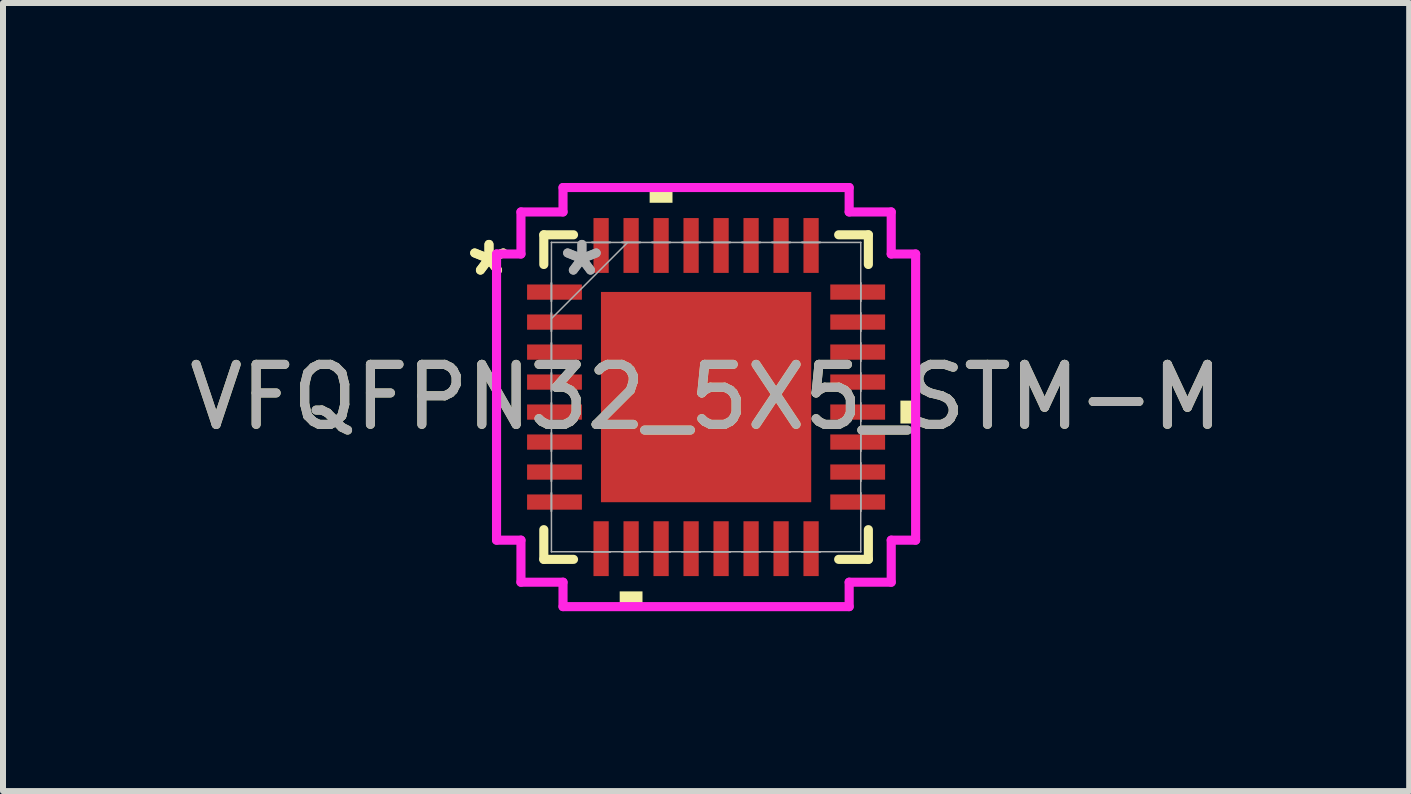
<source format=kicad_pcb>
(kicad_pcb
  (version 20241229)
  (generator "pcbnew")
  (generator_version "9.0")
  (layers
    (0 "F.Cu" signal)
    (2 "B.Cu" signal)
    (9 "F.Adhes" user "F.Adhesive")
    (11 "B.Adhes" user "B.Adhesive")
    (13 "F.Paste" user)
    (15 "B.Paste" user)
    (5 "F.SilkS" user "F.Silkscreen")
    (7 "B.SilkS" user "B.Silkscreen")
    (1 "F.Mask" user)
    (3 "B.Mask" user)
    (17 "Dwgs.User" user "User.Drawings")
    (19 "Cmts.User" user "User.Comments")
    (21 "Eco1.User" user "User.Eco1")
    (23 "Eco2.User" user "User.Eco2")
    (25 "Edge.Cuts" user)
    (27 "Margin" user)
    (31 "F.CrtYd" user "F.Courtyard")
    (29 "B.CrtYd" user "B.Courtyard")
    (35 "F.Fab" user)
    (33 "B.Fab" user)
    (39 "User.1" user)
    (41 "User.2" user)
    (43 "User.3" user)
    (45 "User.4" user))
  (footprint "VFQFPN32_5X5_STM-M"
    (layer "F.Cu")
    (at 8.72 3.569)
    (property "Reference" "VFQFPN32_5X5_STM-M" (at 0 0 0) (unlocked yes) (layer "F.SilkS") (effects (font (size 1 1) (thickness 0.15))))
    (attr smd)
    (fp_line (start -2.705 -2.705) (end -2.705 -2.21) (stroke (width 0.152) (type solid)) (layer "F.SilkS"))
    (fp_line (start -2.705 2.21) (end -2.705 2.705) (stroke (width 0.152) (type solid)) (layer "F.SilkS"))
    (fp_line (start -2.705 2.705) (end -2.21 2.705) (stroke (width 0.152) (type solid)) (layer "F.SilkS"))
    (fp_line (start -2.21 -2.705) (end -2.705 -2.705) (stroke (width 0.152) (type solid)) (layer "F.SilkS"))
    (fp_line (start 2.21 2.705) (end 2.705 2.705) (stroke (width 0.152) (type solid)) (layer "F.SilkS"))
    (fp_line (start 2.705 -2.705) (end 2.21 -2.705) (stroke (width 0.152) (type solid)) (layer "F.SilkS"))
    (fp_line (start 2.705 -2.21) (end 2.705 -2.705) (stroke (width 0.152) (type solid)) (layer "F.SilkS"))
    (fp_line (start 2.705 2.705) (end 2.705 2.21) (stroke (width 0.152) (type solid)) (layer "F.SilkS"))
    (fp_poly (pts (xy -1.44 3.239) (xy -1.44 3.493) (xy -1.06 3.493) (xy -1.06 3.239)) (stroke (width 0) (type solid)) (fill yes) (layer "F.SilkS"))
    (fp_poly (pts (xy -0.941 -3.239) (xy -0.941 -3.493) (xy -0.56 -3.493) (xy -0.56 -3.239)) (stroke (width 0) (type solid)) (fill yes) (layer "F.SilkS"))
    (fp_poly (pts (xy 3.493 0.059) (xy 3.493 0.441) (xy 3.239 0.441) (xy 3.239 0.059)) (stroke (width 0) (type solid)) (fill yes) (layer "F.SilkS"))
    (fp_poly (pts (xy -1.653 -1.653) (xy -1.653 -0.1) (xy -0.1 -0.1) (xy -0.1 -1.653)) (stroke (width 0) (type solid)) (fill yes) (layer "F.Paste"))
    (fp_poly (pts (xy -1.653 0.1) (xy -1.653 1.653) (xy -0.1 1.653) (xy -0.1 0.1)) (stroke (width 0) (type solid)) (fill yes) (layer "F.Paste"))
    (fp_poly (pts (xy 0.1 -1.653) (xy 0.1 -0.1) (xy 1.653 -0.1) (xy 1.653 -1.653)) (stroke (width 0) (type solid)) (fill yes) (layer "F.Paste"))
    (fp_poly (pts (xy 0.1 0.1) (xy 0.1 1.653) (xy 1.653 1.653) (xy 1.653 0.1)) (stroke (width 0) (type solid)) (fill yes) (layer "F.Paste"))
    (fp_line (start -3.493 -2.385) (end -3.086 -2.385) (stroke (width 0.152) (type solid)) (layer "F.CrtYd"))
    (fp_line (start -3.493 2.385) (end -3.493 -2.385) (stroke (width 0.152) (type solid)) (layer "F.CrtYd"))
    (fp_line (start -3.086 -3.086) (end -2.385 -3.086) (stroke (width 0.152) (type solid)) (layer "F.CrtYd"))
    (fp_line (start -3.086 -2.385) (end -3.086 -3.086) (stroke (width 0.152) (type solid)) (layer "F.CrtYd"))
    (fp_line (start -3.086 2.385) (end -3.493 2.385) (stroke (width 0.152) (type solid)) (layer "F.CrtYd"))
    (fp_line (start -3.086 3.086) (end -3.086 2.385) (stroke (width 0.152) (type solid)) (layer "F.CrtYd"))
    (fp_line (start -2.385 -3.493) (end 2.385 -3.493) (stroke (width 0.152) (type solid)) (layer "F.CrtYd"))
    (fp_line (start -2.385 -3.086) (end -2.385 -3.493) (stroke (width 0.152) (type solid)) (layer "F.CrtYd"))
    (fp_line (start -2.385 3.086) (end -3.086 3.086) (stroke (width 0.152) (type solid)) (layer "F.CrtYd"))
    (fp_line (start -2.385 3.493) (end -2.385 3.086) (stroke (width 0.152) (type solid)) (layer "F.CrtYd"))
    (fp_line (start 2.385 -3.493) (end 2.385 -3.086) (stroke (width 0.152) (type solid)) (layer "F.CrtYd"))
    (fp_line (start 2.385 -3.086) (end 3.086 -3.086) (stroke (width 0.152) (type solid)) (layer "F.CrtYd"))
    (fp_line (start 2.385 3.086) (end 2.385 3.493) (stroke (width 0.152) (type solid)) (layer "F.CrtYd"))
    (fp_line (start 2.385 3.493) (end -2.385 3.493) (stroke (width 0.152) (type solid)) (layer "F.CrtYd"))
    (fp_line (start 3.086 -3.086) (end 3.086 -2.385) (stroke (width 0.152) (type solid)) (layer "F.CrtYd"))
    (fp_line (start 3.086 -2.385) (end 3.493 -2.385) (stroke (width 0.152) (type solid)) (layer "F.CrtYd"))
    (fp_line (start 3.086 2.385) (end 3.086 3.086) (stroke (width 0.152) (type solid)) (layer "F.CrtYd"))
    (fp_line (start 3.086 3.086) (end 2.385 3.086) (stroke (width 0.152) (type solid)) (layer "F.CrtYd"))
    (fp_line (start 3.493 -2.385) (end 3.493 2.385) (stroke (width 0.152) (type solid)) (layer "F.CrtYd"))
    (fp_line (start 3.493 2.385) (end 3.086 2.385) (stroke (width 0.152) (type solid)) (layer "F.CrtYd"))
    (fp_line (start -2.578 -2.578) (end -2.578 -2.578) (stroke (width 0.025) (type solid)) (layer "F.Fab"))
    (fp_line (start -2.578 -2.578) (end -2.578 2.578) (stroke (width 0.025) (type solid)) (layer "F.Fab"))
    (fp_line (start -2.578 -1.902) (end -2.578 -1.902) (stroke (width 0.025) (type solid)) (layer "F.Fab"))
    (fp_line (start -2.578 -1.902) (end -2.578 -1.598) (stroke (width 0.025) (type solid)) (layer "F.Fab"))
    (fp_line (start -2.578 -1.598) (end -2.578 -1.902) (stroke (width 0.025) (type solid)) (layer "F.Fab"))
    (fp_line (start -2.578 -1.598) (end -2.578 -1.598) (stroke (width 0.025) (type solid)) (layer "F.Fab"))
    (fp_line (start -2.578 -1.402) (end -2.578 -1.402) (stroke (width 0.025) (type solid)) (layer "F.Fab"))
    (fp_line (start -2.578 -1.402) (end -2.578 -1.098) (stroke (width 0.025) (type solid)) (layer "F.Fab"))
    (fp_line (start -2.578 -1.308) (end -1.308 -2.578) (stroke (width 0.025) (type solid)) (layer "F.Fab"))
    (fp_line (start -2.578 -1.098) (end -2.578 -1.402) (stroke (width 0.025) (type solid)) (layer "F.Fab"))
    (fp_line (start -2.578 -1.098) (end -2.578 -1.098) (stroke (width 0.025) (type solid)) (layer "F.Fab"))
    (fp_line (start -2.578 -0.902) (end -2.578 -0.902) (stroke (width 0.025) (type solid)) (layer "F.Fab"))
    (fp_line (start -2.578 -0.902) (end -2.578 -0.598) (stroke (width 0.025) (type solid)) (layer "F.Fab"))
    (fp_line (start -2.578 -0.598) (end -2.578 -0.902) (stroke (width 0.025) (type solid)) (layer "F.Fab"))
    (fp_line (start -2.578 -0.598) (end -2.578 -0.598) (stroke (width 0.025) (type solid)) (layer "F.Fab"))
    (fp_line (start -2.578 -0.402) (end -2.578 -0.402) (stroke (width 0.025) (type solid)) (layer "F.Fab"))
    (fp_line (start -2.578 -0.402) (end -2.578 -0.098) (stroke (width 0.025) (type solid)) (layer "F.Fab"))
    (fp_line (start -2.578 -0.098) (end -2.578 -0.402) (stroke (width 0.025) (type solid)) (layer "F.Fab"))
    (fp_line (start -2.578 -0.098) (end -2.578 -0.098) (stroke (width 0.025) (type solid)) (layer "F.Fab"))
    (fp_line (start -2.578 0.098) (end -2.578 0.098) (stroke (width 0.025) (type solid)) (layer "F.Fab"))
    (fp_line (start -2.578 0.098) (end -2.578 0.402) (stroke (width 0.025) (type solid)) (layer "F.Fab"))
    (fp_line (start -2.578 0.402) (end -2.578 0.098) (stroke (width 0.025) (type solid)) (layer "F.Fab"))
    (fp_line (start -2.578 0.402) (end -2.578 0.402) (stroke (width 0.025) (type solid)) (layer "F.Fab"))
    (fp_line (start -2.578 0.598) (end -2.578 0.598) (stroke (width 0.025) (type solid)) (layer "F.Fab"))
    (fp_line (start -2.578 0.598) (end -2.578 0.902) (stroke (width 0.025) (type solid)) (layer "F.Fab"))
    (fp_line (start -2.578 0.902) (end -2.578 0.598) (stroke (width 0.025) (type solid)) (layer "F.Fab"))
    (fp_line (start -2.578 0.902) (end -2.578 0.902) (stroke (width 0.025) (type solid)) (layer "F.Fab"))
    (fp_line (start -2.578 1.098) (end -2.578 1.098) (stroke (width 0.025) (type solid)) (layer "F.Fab"))
    (fp_line (start -2.578 1.098) (end -2.578 1.402) (stroke (width 0.025) (type solid)) (layer "F.Fab"))
    (fp_line (start -2.578 1.402) (end -2.578 1.098) (stroke (width 0.025) (type solid)) (layer "F.Fab"))
    (fp_line (start -2.578 1.402) (end -2.578 1.402) (stroke (width 0.025) (type solid)) (layer "F.Fab"))
    (fp_line (start -2.578 1.598) (end -2.578 1.598) (stroke (width 0.025) (type solid)) (layer "F.Fab"))
    (fp_line (start -2.578 1.598) (end -2.578 1.902) (stroke (width 0.025) (type solid)) (layer "F.Fab"))
    (fp_line (start -2.578 1.902) (end -2.578 1.598) (stroke (width 0.025) (type solid)) (layer "F.Fab"))
    (fp_line (start -2.578 1.902) (end -2.578 1.902) (stroke (width 0.025) (type solid)) (layer "F.Fab"))
    (fp_line (start -2.578 2.578) (end -2.578 2.578) (stroke (width 0.025) (type solid)) (layer "F.Fab"))
    (fp_line (start -2.578 2.578) (end 2.578 2.578) (stroke (width 0.025) (type solid)) (layer "F.Fab"))
    (fp_line (start -1.902 -2.578) (end -1.902 -2.578) (stroke (width 0.025) (type solid)) (layer "F.Fab"))
    (fp_line (start -1.902 -2.578) (end -1.598 -2.578) (stroke (width 0.025) (type solid)) (layer "F.Fab"))
    (fp_line (start -1.902 2.578) (end -1.902 2.578) (stroke (width 0.025) (type solid)) (layer "F.Fab"))
    (fp_line (start -1.902 2.578) (end -1.598 2.578) (stroke (width 0.025) (type solid)) (layer "F.Fab"))
    (fp_line (start -1.598 -2.578) (end -1.902 -2.578) (stroke (width 0.025) (type solid)) (layer "F.Fab"))
    (fp_line (start -1.598 -2.578) (end -1.598 -2.578) (stroke (width 0.025) (type solid)) (layer "F.Fab"))
    (fp_line (start -1.598 2.578) (end -1.902 2.578) (stroke (width 0.025) (type solid)) (layer "F.Fab"))
    (fp_line (start -1.598 2.578) (end -1.598 2.578) (stroke (width 0.025) (type solid)) (layer "F.Fab"))
    (fp_line (start -1.402 -2.578) (end -1.402 -2.578) (stroke (width 0.025) (type solid)) (layer "F.Fab"))
    (fp_line (start -1.402 -2.578) (end -1.098 -2.578) (stroke (width 0.025) (type solid)) (layer "F.Fab"))
    (fp_line (start -1.402 2.578) (end -1.402 2.578) (stroke (width 0.025) (type solid)) (layer "F.Fab"))
    (fp_line (start -1.402 2.578) (end -1.098 2.578) (stroke (width 0.025) (type solid)) (layer "F.Fab"))
    (fp_line (start -1.098 -2.578) (end -1.402 -2.578) (stroke (width 0.025) (type solid)) (layer "F.Fab"))
    (fp_line (start -1.098 -2.578) (end -1.098 -2.578) (stroke (width 0.025) (type solid)) (layer "F.Fab"))
    (fp_line (start -1.098 2.578) (end -1.402 2.578) (stroke (width 0.025) (type solid)) (layer "F.Fab"))
    (fp_line (start -1.098 2.578) (end -1.098 2.578) (stroke (width 0.025) (type solid)) (layer "F.Fab"))
    (fp_line (start -0.902 -2.578) (end -0.902 -2.578) (stroke (width 0.025) (type solid)) (layer "F.Fab"))
    (fp_line (start -0.902 -2.578) (end -0.598 -2.578) (stroke (width 0.025) (type solid)) (layer "F.Fab"))
    (fp_line (start -0.902 2.578) (end -0.902 2.578) (stroke (width 0.025) (type solid)) (layer "F.Fab"))
    (fp_line (start -0.902 2.578) (end -0.598 2.578) (stroke (width 0.025) (type solid)) (layer "F.Fab"))
    (fp_line (start -0.598 -2.578) (end -0.902 -2.578) (stroke (width 0.025) (type solid)) (layer "F.Fab"))
    (fp_line (start -0.598 -2.578) (end -0.598 -2.578) (stroke (width 0.025) (type solid)) (layer "F.Fab"))
    (fp_line (start -0.598 2.578) (end -0.902 2.578) (stroke (width 0.025) (type solid)) (layer "F.Fab"))
    (fp_line (start -0.598 2.578) (end -0.598 2.578) (stroke (width 0.025) (type solid)) (layer "F.Fab"))
    (fp_line (start -0.402 -2.578) (end -0.402 -2.578) (stroke (width 0.025) (type solid)) (layer "F.Fab"))
    (fp_line (start -0.402 -2.578) (end -0.098 -2.578) (stroke (width 0.025) (type solid)) (layer "F.Fab"))
    (fp_line (start -0.402 2.578) (end -0.402 2.578) (stroke (width 0.025) (type solid)) (layer "F.Fab"))
    (fp_line (start -0.402 2.578) (end -0.098 2.578) (stroke (width 0.025) (type solid)) (layer "F.Fab"))
    (fp_line (start -0.098 -2.578) (end -0.402 -2.578) (stroke (width 0.025) (type solid)) (layer "F.Fab"))
    (fp_line (start -0.098 -2.578) (end -0.098 -2.578) (stroke (width 0.025) (type solid)) (layer "F.Fab"))
    (fp_line (start -0.098 2.578) (end -0.402 2.578) (stroke (width 0.025) (type solid)) (layer "F.Fab"))
    (fp_line (start -0.098 2.578) (end -0.098 2.578) (stroke (width 0.025) (type solid)) (layer "F.Fab"))
    (fp_line (start 0.098 -2.578) (end 0.098 -2.578) (stroke (width 0.025) (type solid)) (layer "F.Fab"))
    (fp_line (start 0.098 -2.578) (end 0.402 -2.578) (stroke (width 0.025) (type solid)) (layer "F.Fab"))
    (fp_line (start 0.098 2.578) (end 0.098 2.578) (stroke (width 0.025) (type solid)) (layer "F.Fab"))
    (fp_line (start 0.098 2.578) (end 0.402 2.578) (stroke (width 0.025) (type solid)) (layer "F.Fab"))
    (fp_line (start 0.402 -2.578) (end 0.098 -2.578) (stroke (width 0.025) (type solid)) (layer "F.Fab"))
    (fp_line (start 0.402 -2.578) (end 0.402 -2.578) (stroke (width 0.025) (type solid)) (layer "F.Fab"))
    (fp_line (start 0.402 2.578) (end 0.098 2.578) (stroke (width 0.025) (type solid)) (layer "F.Fab"))
    (fp_line (start 0.402 2.578) (end 0.402 2.578) (stroke (width 0.025) (type solid)) (layer "F.Fab"))
    (fp_line (start 0.598 -2.578) (end 0.598 -2.578) (stroke (width 0.025) (type solid)) (layer "F.Fab"))
    (fp_line (start 0.598 -2.578) (end 0.902 -2.578) (stroke (width 0.025) (type solid)) (layer "F.Fab"))
    (fp_line (start 0.598 2.578) (end 0.598 2.578) (stroke (width 0.025) (type solid)) (layer "F.Fab"))
    (fp_line (start 0.598 2.578) (end 0.902 2.578) (stroke (width 0.025) (type solid)) (layer "F.Fab"))
    (fp_line (start 0.902 -2.578) (end 0.598 -2.578) (stroke (width 0.025) (type solid)) (layer "F.Fab"))
    (fp_line (start 0.902 -2.578) (end 0.902 -2.578) (stroke (width 0.025) (type solid)) (layer "F.Fab"))
    (fp_line (start 0.902 2.578) (end 0.598 2.578) (stroke (width 0.025) (type solid)) (layer "F.Fab"))
    (fp_line (start 0.902 2.578) (end 0.902 2.578) (stroke (width 0.025) (type solid)) (layer "F.Fab"))
    (fp_line (start 1.098 -2.578) (end 1.098 -2.578) (stroke (width 0.025) (type solid)) (layer "F.Fab"))
    (fp_line (start 1.098 -2.578) (end 1.402 -2.578) (stroke (width 0.025) (type solid)) (layer "F.Fab"))
    (fp_line (start 1.098 2.578) (end 1.098 2.578) (stroke (width 0.025) (type solid)) (layer "F.Fab"))
    (fp_line (start 1.098 2.578) (end 1.402 2.578) (stroke (width 0.025) (type solid)) (layer "F.Fab"))
    (fp_line (start 1.402 -2.578) (end 1.098 -2.578) (stroke (width 0.025) (type solid)) (layer "F.Fab"))
    (fp_line (start 1.402 -2.578) (end 1.402 -2.578) (stroke (width 0.025) (type solid)) (layer "F.Fab"))
    (fp_line (start 1.402 2.578) (end 1.098 2.578) (stroke (width 0.025) (type solid)) (layer "F.Fab"))
    (fp_line (start 1.402 2.578) (end 1.402 2.578) (stroke (width 0.025) (type solid)) (layer "F.Fab"))
    (fp_line (start 1.598 -2.578) (end 1.598 -2.578) (stroke (width 0.025) (type solid)) (layer "F.Fab"))
    (fp_line (start 1.598 -2.578) (end 1.902 -2.578) (stroke (width 0.025) (type solid)) (layer "F.Fab"))
    (fp_line (start 1.598 2.578) (end 1.598 2.578) (stroke (width 0.025) (type solid)) (layer "F.Fab"))
    (fp_line (start 1.598 2.578) (end 1.902 2.578) (stroke (width 0.025) (type solid)) (layer "F.Fab"))
    (fp_line (start 1.902 -2.578) (end 1.598 -2.578) (stroke (width 0.025) (type solid)) (layer "F.Fab"))
    (fp_line (start 1.902 -2.578) (end 1.902 -2.578) (stroke (width 0.025) (type solid)) (layer "F.Fab"))
    (fp_line (start 1.902 2.578) (end 1.598 2.578) (stroke (width 0.025) (type solid)) (layer "F.Fab"))
    (fp_line (start 1.902 2.578) (end 1.902 2.578) (stroke (width 0.025) (type solid)) (layer "F.Fab"))
    (fp_line (start 2.578 -2.578) (end -2.578 -2.578) (stroke (width 0.025) (type solid)) (layer "F.Fab"))
    (fp_line (start 2.578 -2.578) (end 2.578 -2.578) (stroke (width 0.025) (type solid)) (layer "F.Fab"))
    (fp_line (start 2.578 -1.902) (end 2.578 -1.902) (stroke (width 0.025) (type solid)) (layer "F.Fab"))
    (fp_line (start 2.578 -1.902) (end 2.578 -1.598) (stroke (width 0.025) (type solid)) (layer "F.Fab"))
    (fp_line (start 2.578 -1.598) (end 2.578 -1.902) (stroke (width 0.025) (type solid)) (layer "F.Fab"))
    (fp_line (start 2.578 -1.598) (end 2.578 -1.598) (stroke (width 0.025) (type solid)) (layer "F.Fab"))
    (fp_line (start 2.578 -1.402) (end 2.578 -1.402) (stroke (width 0.025) (type solid)) (layer "F.Fab"))
    (fp_line (start 2.578 -1.402) (end 2.578 -1.098) (stroke (width 0.025) (type solid)) (layer "F.Fab"))
    (fp_line (start 2.578 -1.098) (end 2.578 -1.402) (stroke (width 0.025) (type solid)) (layer "F.Fab"))
    (fp_line (start 2.578 -1.098) (end 2.578 -1.098) (stroke (width 0.025) (type solid)) (layer "F.Fab"))
    (fp_line (start 2.578 -0.902) (end 2.578 -0.902) (stroke (width 0.025) (type solid)) (layer "F.Fab"))
    (fp_line (start 2.578 -0.902) (end 2.578 -0.598) (stroke (width 0.025) (type solid)) (layer "F.Fab"))
    (fp_line (start 2.578 -0.598) (end 2.578 -0.902) (stroke (width 0.025) (type solid)) (layer "F.Fab"))
    (fp_line (start 2.578 -0.598) (end 2.578 -0.598) (stroke (width 0.025) (type solid)) (layer "F.Fab"))
    (fp_line (start 2.578 -0.402) (end 2.578 -0.402) (stroke (width 0.025) (type solid)) (layer "F.Fab"))
    (fp_line (start 2.578 -0.402) (end 2.578 -0.098) (stroke (width 0.025) (type solid)) (layer "F.Fab"))
    (fp_line (start 2.578 -0.098) (end 2.578 -0.402) (stroke (width 0.025) (type solid)) (layer "F.Fab"))
    (fp_line (start 2.578 -0.098) (end 2.578 -0.098) (stroke (width 0.025) (type solid)) (layer "F.Fab"))
    (fp_line (start 2.578 0.098) (end 2.578 0.098) (stroke (width 0.025) (type solid)) (layer "F.Fab"))
    (fp_line (start 2.578 0.098) (end 2.578 0.402) (stroke (width 0.025) (type solid)) (layer "F.Fab"))
    (fp_line (start 2.578 0.402) (end 2.578 0.098) (stroke (width 0.025) (type solid)) (layer "F.Fab"))
    (fp_line (start 2.578 0.402) (end 2.578 0.402) (stroke (width 0.025) (type solid)) (layer "F.Fab"))
    (fp_line (start 2.578 0.598) (end 2.578 0.598) (stroke (width 0.025) (type solid)) (layer "F.Fab"))
    (fp_line (start 2.578 0.598) (end 2.578 0.902) (stroke (width 0.025) (type solid)) (layer "F.Fab"))
    (fp_line (start 2.578 0.902) (end 2.578 0.598) (stroke (width 0.025) (type solid)) (layer "F.Fab"))
    (fp_line (start 2.578 0.902) (end 2.578 0.902) (stroke (width 0.025) (type solid)) (layer "F.Fab"))
    (fp_line (start 2.578 1.098) (end 2.578 1.098) (stroke (width 0.025) (type solid)) (layer "F.Fab"))
    (fp_line (start 2.578 1.098) (end 2.578 1.402) (stroke (width 0.025) (type solid)) (layer "F.Fab"))
    (fp_line (start 2.578 1.402) (end 2.578 1.098) (stroke (width 0.025) (type solid)) (layer "F.Fab"))
    (fp_line (start 2.578 1.402) (end 2.578 1.402) (stroke (width 0.025) (type solid)) (layer "F.Fab"))
    (fp_line (start 2.578 1.598) (end 2.578 1.598) (stroke (width 0.025) (type solid)) (layer "F.Fab"))
    (fp_line (start 2.578 1.598) (end 2.578 1.902) (stroke (width 0.025) (type solid)) (layer "F.Fab"))
    (fp_line (start 2.578 1.902) (end 2.578 1.598) (stroke (width 0.025) (type solid)) (layer "F.Fab"))
    (fp_line (start 2.578 1.902) (end 2.578 1.902) (stroke (width 0.025) (type solid)) (layer "F.Fab"))
    (fp_line (start 2.578 2.578) (end 2.578 -2.578) (stroke (width 0.025) (type solid)) (layer "F.Fab"))
    (fp_line (start 2.578 2.578) (end 2.578 2.578) (stroke (width 0.025) (type solid)) (layer "F.Fab"))
    (fp_text user "*" (at -3.619 -2 0) (unlocked yes) (layer "F.SilkS") (effects (font (size 1 1) (thickness 0.15))))
    (fp_text user "*" (at -3.619 -2 0) (layer "F.SilkS") (effects (font (size 1 1) (thickness 0.15))))
    (fp_text user "*" (at -2.07 -2 0) (layer "F.Fab") (effects (font (size 1 1) (thickness 0.15))))
    (fp_text user "${REFERENCE}" (at 0 0 0) (unlocked yes) (layer "F.Fab") (effects (font (size 1 1) (thickness 0.15))))
    (fp_text user "*" (at -2.07 -2 0) (unlocked yes) (layer "F.Fab") (effects (font (size 1 1) (thickness 0.15))))
    (pad "1" smd rect (at -2.527 -1.75 90) (size 0.254 0.914) (layers "F.Cu" "F.Mask" "F.Paste"))
    (pad "2" smd rect (at -2.527 -1.25 90) (size 0.254 0.914) (layers "F.Cu" "F.Mask" "F.Paste"))
    (pad "3" smd rect (at -2.527 -0.75 90) (size 0.254 0.914) (layers "F.Cu" "F.Mask" "F.Paste"))
    (pad "4" smd rect (at -2.527 -0.25 90) (size 0.254 0.914) (layers "F.Cu" "F.Mask" "F.Paste"))
    (pad "5" smd rect (at -2.527 0.25 90) (size 0.254 0.914) (layers "F.Cu" "F.Mask" "F.Paste"))
    (pad "6" smd rect (at -2.527 0.75 90) (size 0.254 0.914) (layers "F.Cu" "F.Mask" "F.Paste"))
    (pad "7" smd rect (at -2.527 1.25 90) (size 0.254 0.914) (layers "F.Cu" "F.Mask" "F.Paste"))
    (pad "8" smd rect (at -2.527 1.75 90) (size 0.254 0.914) (layers "F.Cu" "F.Mask" "F.Paste"))
    (pad "9" smd rect (at -1.75 2.527) (size 0.254 0.914) (layers "F.Cu" "F.Mask" "F.Paste"))
    (pad "10" smd rect (at -1.25 2.527) (size 0.254 0.914) (layers "F.Cu" "F.Mask" "F.Paste"))
    (pad "11" smd rect (at -0.75 2.527) (size 0.254 0.914) (layers "F.Cu" "F.Mask" "F.Paste"))
    (pad "12" smd rect (at -0.25 2.527) (size 0.254 0.914) (layers "F.Cu" "F.Mask" "F.Paste"))
    (pad "13" smd rect (at 0.25 2.527) (size 0.254 0.914) (layers "F.Cu" "F.Mask" "F.Paste"))
    (pad "14" smd rect (at 0.75 2.527) (size 0.254 0.914) (layers "F.Cu" "F.Mask" "F.Paste"))
    (pad "15" smd rect (at 1.25 2.527) (size 0.254 0.914) (layers "F.Cu" "F.Mask" "F.Paste"))
    (pad "16" smd rect (at 1.75 2.527) (size 0.254 0.914) (layers "F.Cu" "F.Mask" "F.Paste"))
    (pad "17" smd rect (at 2.527 1.75 90) (size 0.254 0.914) (layers "F.Cu" "F.Mask" "F.Paste"))
    (pad "18" smd rect (at 2.527 1.25 90) (size 0.254 0.914) (layers "F.Cu" "F.Mask" "F.Paste"))
    (pad "19" smd rect (at 2.527 0.75 90) (size 0.254 0.914) (layers "F.Cu" "F.Mask" "F.Paste"))
    (pad "20" smd rect (at 2.527 0.25 90) (size 0.254 0.914) (layers "F.Cu" "F.Mask" "F.Paste"))
    (pad "21" smd rect (at 2.527 -0.25 90) (size 0.254 0.914) (layers "F.Cu" "F.Mask" "F.Paste"))
    (pad "22" smd rect (at 2.527 -0.75 90) (size 0.254 0.914) (layers "F.Cu" "F.Mask" "F.Paste"))
    (pad "23" smd rect (at 2.527 -1.25 90) (size 0.254 0.914) (layers "F.Cu" "F.Mask" "F.Paste"))
    (pad "24" smd rect (at 2.527 -1.75 90) (size 0.254 0.914) (layers "F.Cu" "F.Mask" "F.Paste"))
    (pad "25" smd rect (at 1.75 -2.527) (size 0.254 0.914) (layers "F.Cu" "F.Mask" "F.Paste"))
    (pad "26" smd rect (at 1.25 -2.527) (size 0.254 0.914) (layers "F.Cu" "F.Mask" "F.Paste"))
    (pad "27" smd rect (at 0.75 -2.527) (size 0.254 0.914) (layers "F.Cu" "F.Mask" "F.Paste"))
    (pad "28" smd rect (at 0.25 -2.527) (size 0.254 0.914) (layers "F.Cu" "F.Mask" "F.Paste"))
    (pad "29" smd rect (at -0.25 -2.527) (size 0.254 0.914) (layers "F.Cu" "F.Mask" "F.Paste"))
    (pad "30" smd rect (at -0.75 -2.527) (size 0.254 0.914) (layers "F.Cu" "F.Mask" "F.Paste"))
    (pad "31" smd rect (at -1.25 -2.527) (size 0.254 0.914) (layers "F.Cu" "F.Mask" "F.Paste"))
    (pad "32" smd rect (at -1.75 -2.527) (size 0.254 0.914) (layers "F.Cu" "F.Mask" "F.Paste"))
    (pad "33" smd rect (at 0 0) (size 3.505 3.505) (layers "F.Cu" "F.Mask")))
  (gr_rect
    (start -3 -3)
    (end 20.44 10.137)
    (stroke (width 0.1) (type default))
    (fill no)
    (layer "Edge.Cuts")))
</source>
